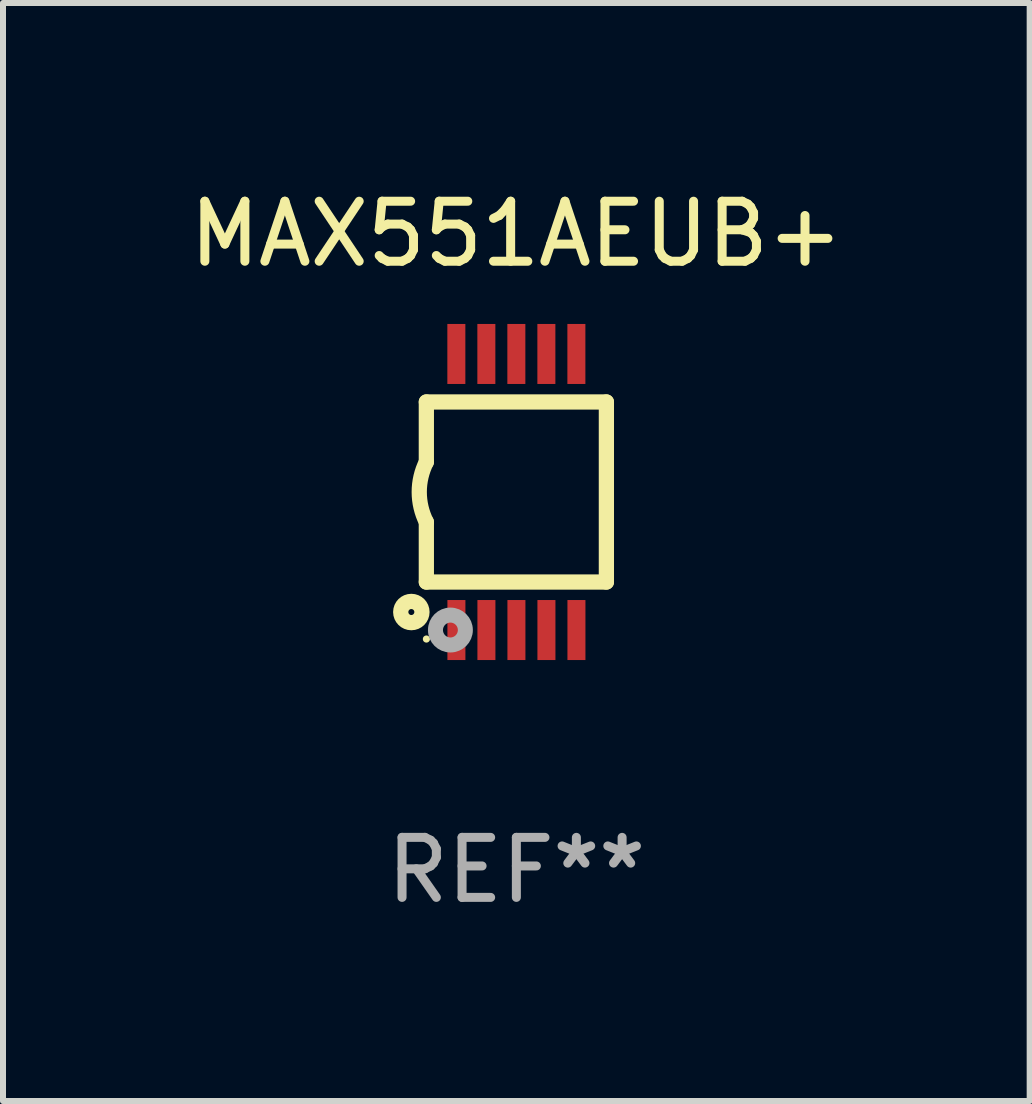
<source format=kicad_pcb>
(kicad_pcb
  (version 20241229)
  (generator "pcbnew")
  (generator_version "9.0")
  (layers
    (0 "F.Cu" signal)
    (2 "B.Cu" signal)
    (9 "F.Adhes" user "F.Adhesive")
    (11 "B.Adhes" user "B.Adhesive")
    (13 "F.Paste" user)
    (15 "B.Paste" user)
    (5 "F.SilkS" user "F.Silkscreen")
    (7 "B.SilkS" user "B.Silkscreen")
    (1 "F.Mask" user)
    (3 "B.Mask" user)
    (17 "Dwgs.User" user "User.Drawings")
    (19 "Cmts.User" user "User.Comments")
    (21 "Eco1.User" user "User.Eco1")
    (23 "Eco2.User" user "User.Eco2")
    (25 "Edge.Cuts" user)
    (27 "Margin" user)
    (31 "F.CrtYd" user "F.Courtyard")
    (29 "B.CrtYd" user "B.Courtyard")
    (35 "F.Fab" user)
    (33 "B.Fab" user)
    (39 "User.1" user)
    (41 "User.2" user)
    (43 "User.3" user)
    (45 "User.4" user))
  (footprint "MAX551AEUB+"
    (layer "F.Cu")
    (at 5.554 5.148)
    (property "Reference" "MAX551AEUB+" (at 0 -4.3 0) (layer "F.SilkS") (effects (font (size 1 1) (thickness 0.15))))
    (attr through_hole)
    (fp_line (start -1.5 -1.5) (end -1.5 -0.5) (stroke (width 0.254) (type solid)) (layer "F.SilkS"))
    (fp_line (start -1.5 1.5) (end -1.5 0.5) (stroke (width 0.254) (type solid)) (layer "F.SilkS"))
    (fp_line (start -1.5 1.5) (end 1.5 1.5) (stroke (width 0.254) (type solid)) (layer "F.SilkS"))
    (fp_line (start 1.5 1.5) (end 1.5 -1.5) (stroke (width 0.254) (type solid)) (layer "F.SilkS"))
    (fp_line (start 1.5 -1.5) (end -1.5 -1.5) (stroke (width 0.254) (type solid)) (layer "F.SilkS"))
    (fp_arc (start -1.500165 0.5) (mid -1.618199 0) (end -1.500165 -0.5) (stroke (width 0.254001) (type solid)) (layer "F.SilkS"))
    (fp_circle (center -1.75 2) (end -1.573 2) (stroke (width 0.254) (type solid)) (fill no) (layer "F.SilkS"))
    (fp_circle (center -1.499 2.45) (end -1.469 2.45) (stroke (width 0.06) (type solid)) (fill no) (layer "F.SilkS"))
    (fp_circle (center -1.099 2.3) (end -0.975 2.3) (stroke (width 0.25) (type solid)) (fill no) (layer "F.Fab"))
    (fp_text user "REF**" (at 0 6.3 0) (layer "F.Fab") (effects (font (size 1 1) (thickness 0.15))))
    (pad "1" smd rect (at -0.999 2.3 180) (size 0.3 1) (layers "F.Cu" "F.Mask" "F.Paste"))
    (pad "2" smd rect (at -0.499 2.3 180) (size 0.3 1) (layers "F.Cu" "F.Mask" "F.Paste"))
    (pad "3" smd rect (at 0.001 2.3 180) (size 0.3 1) (layers "F.Cu" "F.Mask" "F.Paste"))
    (pad "4" smd rect (at 0.501 2.3 180) (size 0.3 1) (layers "F.Cu" "F.Mask" "F.Paste"))
    (pad "5" smd rect (at 1.001 2.3 180) (size 0.3 1) (layers "F.Cu" "F.Mask" "F.Paste"))
    (pad "6" smd rect (at 1 -2.3 180) (size 0.3 1) (layers "F.Cu" "F.Mask" "F.Paste"))
    (pad "7" smd rect (at 0.5 -2.3 180) (size 0.3 1) (layers "F.Cu" "F.Mask" "F.Paste"))
    (pad "8" smd rect (at -0.000165 -2.3 180) (size 0.3 1) (layers "F.Cu" "F.Mask" "F.Paste"))
    (pad "9" smd rect (at -0.5 -2.3 180) (size 0.3 1) (layers "F.Cu" "F.Mask" "F.Paste"))
    (pad "10" smd rect (at -1 -2.3 180) (size 0.3 1) (layers "F.Cu" "F.Mask" "F.Paste")))
  (gr_rect
    (start -3 -3)
    (end 14.107 15.296)
    (stroke (width 0.1) (type default))
    (fill no)
    (layer "Edge.Cuts")))
</source>
